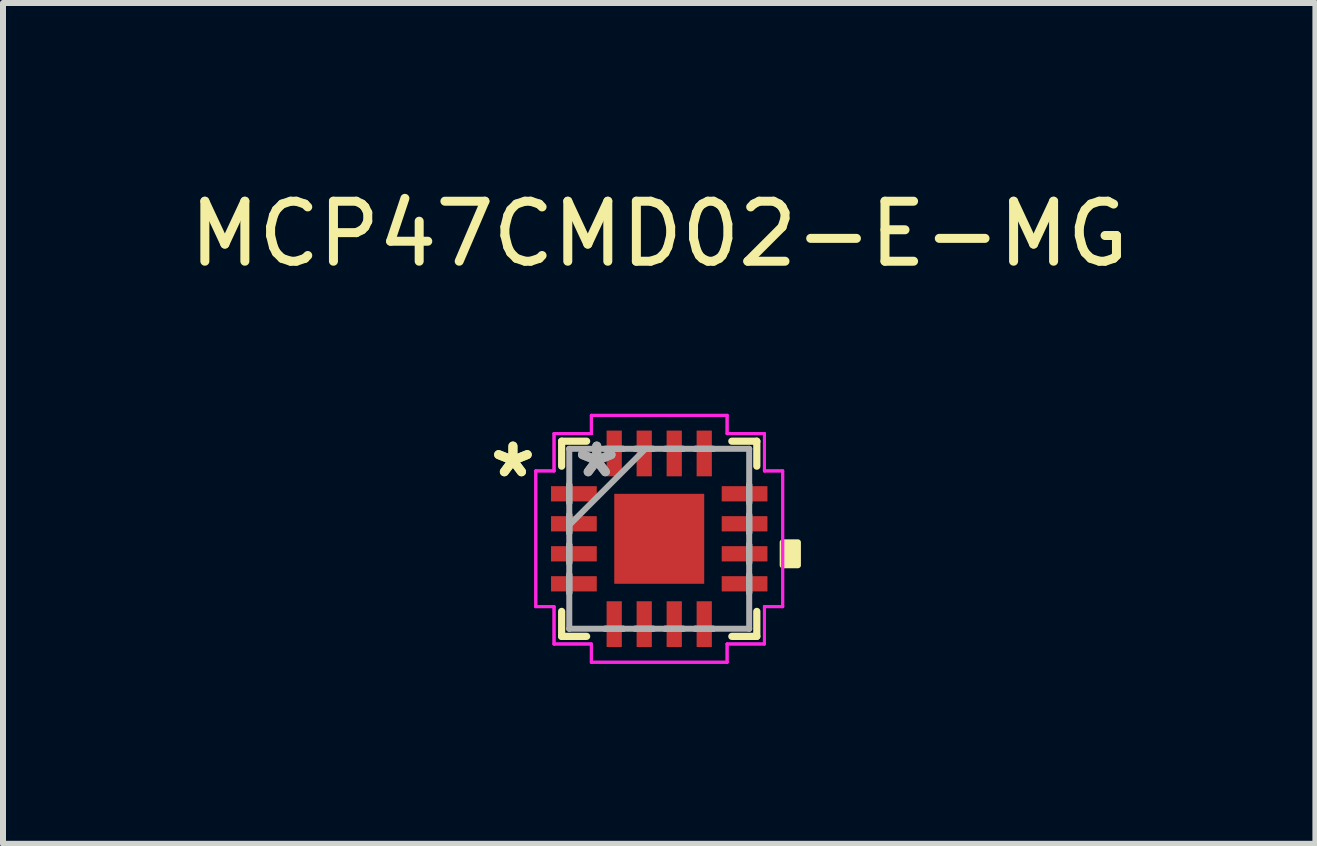
<source format=kicad_pcb>
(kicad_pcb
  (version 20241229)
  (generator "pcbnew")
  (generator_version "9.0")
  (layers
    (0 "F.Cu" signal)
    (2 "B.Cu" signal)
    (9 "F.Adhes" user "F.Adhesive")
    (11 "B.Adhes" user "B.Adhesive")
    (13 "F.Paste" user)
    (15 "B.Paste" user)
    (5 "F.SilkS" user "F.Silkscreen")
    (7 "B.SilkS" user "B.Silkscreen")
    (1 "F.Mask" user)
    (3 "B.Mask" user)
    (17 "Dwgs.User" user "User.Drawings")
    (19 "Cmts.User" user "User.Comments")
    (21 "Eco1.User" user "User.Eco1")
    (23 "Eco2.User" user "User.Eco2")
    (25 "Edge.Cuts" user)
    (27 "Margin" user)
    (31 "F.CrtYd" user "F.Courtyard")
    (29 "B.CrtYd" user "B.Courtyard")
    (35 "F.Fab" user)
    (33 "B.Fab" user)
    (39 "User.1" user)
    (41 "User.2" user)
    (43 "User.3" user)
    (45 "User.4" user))
  (footprint "MCP47CMD02-E-MG"
    (layer "F.Cu")
    (at 7.935 5.928)
    (property "Reference" "MCP47CMD02-E-MG" (at 0 -5.08 0) (layer "F.SilkS") (effects (font (size 1 1) (thickness 0.15))))
    (attr through_hole)
    (fp_line (start -1.626 -1.626) (end -1.626 -1.21) (stroke (width 0.12) (type solid)) (layer "F.SilkS"))
    (fp_line (start -1.626 1.21) (end -1.626 1.626) (stroke (width 0.12) (type solid)) (layer "F.SilkS"))
    (fp_line (start -1.626 1.626) (end -1.21 1.626) (stroke (width 0.12) (type solid)) (layer "F.SilkS"))
    (fp_line (start -1.21 -1.626) (end -1.626 -1.626) (stroke (width 0.12) (type solid)) (layer "F.SilkS"))
    (fp_line (start 1.21 1.626) (end 1.626 1.626) (stroke (width 0.12) (type solid)) (layer "F.SilkS"))
    (fp_line (start 1.626 -1.626) (end 1.21 -1.626) (stroke (width 0.12) (type solid)) (layer "F.SilkS"))
    (fp_line (start 1.626 -1.21) (end 1.626 -1.626) (stroke (width 0.12) (type solid)) (layer "F.SilkS"))
    (fp_line (start 1.626 1.626) (end 1.626 1.21) (stroke (width 0.12) (type solid)) (layer "F.SilkS"))
    (fp_poly (pts (xy 2.311 0.059) (xy 2.311 0.441) (xy 2.057 0.441) (xy 2.057 0.059)) (stroke (width 0.1) (type solid)) (fill yes) (layer "F.SilkS"))
    (fp_line (start -2.057 -1.131) (end -1.753 -1.131) (stroke (width 0.05) (type solid)) (layer "F.CrtYd"))
    (fp_line (start -2.057 -1.131) (end -1.753 -1.131) (stroke (width 0.05) (type solid)) (layer "F.CrtYd"))
    (fp_line (start -2.057 1.131) (end -2.057 -1.131) (stroke (width 0.05) (type solid)) (layer "F.CrtYd"))
    (fp_line (start -2.057 1.131) (end -2.057 -1.131) (stroke (width 0.05) (type solid)) (layer "F.CrtYd"))
    (fp_line (start -1.753 -1.753) (end -1.131 -1.753) (stroke (width 0.05) (type solid)) (layer "F.CrtYd"))
    (fp_line (start -1.753 -1.753) (end -1.131 -1.753) (stroke (width 0.05) (type solid)) (layer "F.CrtYd"))
    (fp_line (start -1.753 -1.131) (end -1.753 -1.753) (stroke (width 0.05) (type solid)) (layer "F.CrtYd"))
    (fp_line (start -1.753 -1.131) (end -1.753 -1.753) (stroke (width 0.05) (type solid)) (layer "F.CrtYd"))
    (fp_line (start -1.753 1.131) (end -2.057 1.131) (stroke (width 0.05) (type solid)) (layer "F.CrtYd"))
    (fp_line (start -1.753 1.131) (end -2.057 1.131) (stroke (width 0.05) (type solid)) (layer "F.CrtYd"))
    (fp_line (start -1.753 1.753) (end -1.753 1.131) (stroke (width 0.05) (type solid)) (layer "F.CrtYd"))
    (fp_line (start -1.753 1.753) (end -1.753 1.131) (stroke (width 0.05) (type solid)) (layer "F.CrtYd"))
    (fp_line (start -1.131 -2.057) (end 1.131 -2.057) (stroke (width 0.05) (type solid)) (layer "F.CrtYd"))
    (fp_line (start -1.131 -2.057) (end 1.131 -2.057) (stroke (width 0.05) (type solid)) (layer "F.CrtYd"))
    (fp_line (start -1.131 -1.753) (end -1.131 -2.057) (stroke (width 0.05) (type solid)) (layer "F.CrtYd"))
    (fp_line (start -1.131 -1.753) (end -1.131 -2.057) (stroke (width 0.05) (type solid)) (layer "F.CrtYd"))
    (fp_line (start -1.131 1.753) (end -1.753 1.753) (stroke (width 0.05) (type solid)) (layer "F.CrtYd"))
    (fp_line (start -1.131 1.753) (end -1.753 1.753) (stroke (width 0.05) (type solid)) (layer "F.CrtYd"))
    (fp_line (start -1.131 2.057) (end -1.131 1.753) (stroke (width 0.05) (type solid)) (layer "F.CrtYd"))
    (fp_line (start -1.131 2.057) (end -1.131 1.753) (stroke (width 0.05) (type solid)) (layer "F.CrtYd"))
    (fp_line (start 1.131 -2.057) (end 1.131 -1.753) (stroke (width 0.05) (type solid)) (layer "F.CrtYd"))
    (fp_line (start 1.131 -2.057) (end 1.131 -1.753) (stroke (width 0.05) (type solid)) (layer "F.CrtYd"))
    (fp_line (start 1.131 -1.753) (end 1.753 -1.753) (stroke (width 0.05) (type solid)) (layer "F.CrtYd"))
    (fp_line (start 1.131 -1.753) (end 1.753 -1.753) (stroke (width 0.05) (type solid)) (layer "F.CrtYd"))
    (fp_line (start 1.131 1.753) (end 1.131 2.057) (stroke (width 0.05) (type solid)) (layer "F.CrtYd"))
    (fp_line (start 1.131 1.753) (end 1.131 2.057) (stroke (width 0.05) (type solid)) (layer "F.CrtYd"))
    (fp_line (start 1.131 2.057) (end -1.131 2.057) (stroke (width 0.05) (type solid)) (layer "F.CrtYd"))
    (fp_line (start 1.131 2.057) (end -1.131 2.057) (stroke (width 0.05) (type solid)) (layer "F.CrtYd"))
    (fp_line (start 1.753 -1.753) (end 1.753 -1.131) (stroke (width 0.05) (type solid)) (layer "F.CrtYd"))
    (fp_line (start 1.753 -1.753) (end 1.753 -1.131) (stroke (width 0.05) (type solid)) (layer "F.CrtYd"))
    (fp_line (start 1.753 -1.131) (end 2.057 -1.131) (stroke (width 0.05) (type solid)) (layer "F.CrtYd"))
    (fp_line (start 1.753 -1.131) (end 2.057 -1.131) (stroke (width 0.05) (type solid)) (layer "F.CrtYd"))
    (fp_line (start 1.753 1.131) (end 1.753 1.753) (stroke (width 0.05) (type solid)) (layer "F.CrtYd"))
    (fp_line (start 1.753 1.131) (end 1.753 1.753) (stroke (width 0.05) (type solid)) (layer "F.CrtYd"))
    (fp_line (start 1.753 1.753) (end 1.131 1.753) (stroke (width 0.05) (type solid)) (layer "F.CrtYd"))
    (fp_line (start 1.753 1.753) (end 1.131 1.753) (stroke (width 0.05) (type solid)) (layer "F.CrtYd"))
    (fp_line (start 2.057 -1.131) (end 2.057 1.131) (stroke (width 0.05) (type solid)) (layer "F.CrtYd"))
    (fp_line (start 2.057 -1.131) (end 2.057 1.131) (stroke (width 0.05) (type solid)) (layer "F.CrtYd"))
    (fp_line (start 2.057 1.131) (end 1.753 1.131) (stroke (width 0.05) (type solid)) (layer "F.CrtYd"))
    (fp_line (start 2.057 1.131) (end 1.753 1.131) (stroke (width 0.05) (type solid)) (layer "F.CrtYd"))
    (fp_line (start -1.499 -1.499) (end -1.499 -1.499) (stroke (width 0.1) (type solid)) (layer "F.Fab"))
    (fp_line (start -1.499 -1.499) (end -1.499 1.499) (stroke (width 0.1) (type solid)) (layer "F.Fab"))
    (fp_line (start -1.499 -0.902) (end -1.499 -0.902) (stroke (width 0.1) (type solid)) (layer "F.Fab"))
    (fp_line (start -1.499 -0.902) (end -1.499 -0.598) (stroke (width 0.1) (type solid)) (layer "F.Fab"))
    (fp_line (start -1.499 -0.598) (end -1.499 -0.902) (stroke (width 0.1) (type solid)) (layer "F.Fab"))
    (fp_line (start -1.499 -0.598) (end -1.499 -0.598) (stroke (width 0.1) (type solid)) (layer "F.Fab"))
    (fp_line (start -1.499 -0.402) (end -1.499 -0.402) (stroke (width 0.1) (type solid)) (layer "F.Fab"))
    (fp_line (start -1.499 -0.402) (end -1.499 -0.098) (stroke (width 0.1) (type solid)) (layer "F.Fab"))
    (fp_line (start -1.499 -0.229) (end -0.229 -1.499) (stroke (width 0.1) (type solid)) (layer "F.Fab"))
    (fp_line (start -1.499 -0.098) (end -1.499 -0.402) (stroke (width 0.1) (type solid)) (layer "F.Fab"))
    (fp_line (start -1.499 -0.098) (end -1.499 -0.098) (stroke (width 0.1) (type solid)) (layer "F.Fab"))
    (fp_line (start -1.499 0.098) (end -1.499 0.098) (stroke (width 0.1) (type solid)) (layer "F.Fab"))
    (fp_line (start -1.499 0.098) (end -1.499 0.402) (stroke (width 0.1) (type solid)) (layer "F.Fab"))
    (fp_line (start -1.499 0.402) (end -1.499 0.098) (stroke (width 0.1) (type solid)) (layer "F.Fab"))
    (fp_line (start -1.499 0.402) (end -1.499 0.402) (stroke (width 0.1) (type solid)) (layer "F.Fab"))
    (fp_line (start -1.499 0.598) (end -1.499 0.598) (stroke (width 0.1) (type solid)) (layer "F.Fab"))
    (fp_line (start -1.499 0.598) (end -1.499 0.902) (stroke (width 0.1) (type solid)) (layer "F.Fab"))
    (fp_line (start -1.499 0.902) (end -1.499 0.598) (stroke (width 0.1) (type solid)) (layer "F.Fab"))
    (fp_line (start -1.499 0.902) (end -1.499 0.902) (stroke (width 0.1) (type solid)) (layer "F.Fab"))
    (fp_line (start -1.499 1.499) (end -1.499 1.499) (stroke (width 0.1) (type solid)) (layer "F.Fab"))
    (fp_line (start -1.499 1.499) (end 1.499 1.499) (stroke (width 0.1) (type solid)) (layer "F.Fab"))
    (fp_line (start -0.902 -1.499) (end -0.902 -1.499) (stroke (width 0.1) (type solid)) (layer "F.Fab"))
    (fp_line (start -0.902 -1.499) (end -0.598 -1.499) (stroke (width 0.1) (type solid)) (layer "F.Fab"))
    (fp_line (start -0.902 1.499) (end -0.902 1.499) (stroke (width 0.1) (type solid)) (layer "F.Fab"))
    (fp_line (start -0.902 1.499) (end -0.598 1.499) (stroke (width 0.1) (type solid)) (layer "F.Fab"))
    (fp_line (start -0.598 -1.499) (end -0.902 -1.499) (stroke (width 0.1) (type solid)) (layer "F.Fab"))
    (fp_line (start -0.598 -1.499) (end -0.598 -1.499) (stroke (width 0.1) (type solid)) (layer "F.Fab"))
    (fp_line (start -0.598 1.499) (end -0.902 1.499) (stroke (width 0.1) (type solid)) (layer "F.Fab"))
    (fp_line (start -0.598 1.499) (end -0.598 1.499) (stroke (width 0.1) (type solid)) (layer "F.Fab"))
    (fp_line (start -0.402 -1.499) (end -0.402 -1.499) (stroke (width 0.1) (type solid)) (layer "F.Fab"))
    (fp_line (start -0.402 -1.499) (end -0.098 -1.499) (stroke (width 0.1) (type solid)) (layer "F.Fab"))
    (fp_line (start -0.402 1.499) (end -0.402 1.499) (stroke (width 0.1) (type solid)) (layer "F.Fab"))
    (fp_line (start -0.402 1.499) (end -0.098 1.499) (stroke (width 0.1) (type solid)) (layer "F.Fab"))
    (fp_line (start -0.098 -1.499) (end -0.402 -1.499) (stroke (width 0.1) (type solid)) (layer "F.Fab"))
    (fp_line (start -0.098 -1.499) (end -0.098 -1.499) (stroke (width 0.1) (type solid)) (layer "F.Fab"))
    (fp_line (start -0.098 1.499) (end -0.402 1.499) (stroke (width 0.1) (type solid)) (layer "F.Fab"))
    (fp_line (start -0.098 1.499) (end -0.098 1.499) (stroke (width 0.1) (type solid)) (layer "F.Fab"))
    (fp_line (start 0.098 -1.499) (end 0.098 -1.499) (stroke (width 0.1) (type solid)) (layer "F.Fab"))
    (fp_line (start 0.098 -1.499) (end 0.402 -1.499) (stroke (width 0.1) (type solid)) (layer "F.Fab"))
    (fp_line (start 0.098 1.499) (end 0.098 1.499) (stroke (width 0.1) (type solid)) (layer "F.Fab"))
    (fp_line (start 0.098 1.499) (end 0.402 1.499) (stroke (width 0.1) (type solid)) (layer "F.Fab"))
    (fp_line (start 0.402 -1.499) (end 0.098 -1.499) (stroke (width 0.1) (type solid)) (layer "F.Fab"))
    (fp_line (start 0.402 -1.499) (end 0.402 -1.499) (stroke (width 0.1) (type solid)) (layer "F.Fab"))
    (fp_line (start 0.402 1.499) (end 0.098 1.499) (stroke (width 0.1) (type solid)) (layer "F.Fab"))
    (fp_line (start 0.402 1.499) (end 0.402 1.499) (stroke (width 0.1) (type solid)) (layer "F.Fab"))
    (fp_line (start 0.598 -1.499) (end 0.598 -1.499) (stroke (width 0.1) (type solid)) (layer "F.Fab"))
    (fp_line (start 0.598 -1.499) (end 0.902 -1.499) (stroke (width 0.1) (type solid)) (layer "F.Fab"))
    (fp_line (start 0.598 1.499) (end 0.598 1.499) (stroke (width 0.1) (type solid)) (layer "F.Fab"))
    (fp_line (start 0.598 1.499) (end 0.902 1.499) (stroke (width 0.1) (type solid)) (layer "F.Fab"))
    (fp_line (start 0.902 -1.499) (end 0.598 -1.499) (stroke (width 0.1) (type solid)) (layer "F.Fab"))
    (fp_line (start 0.902 -1.499) (end 0.902 -1.499) (stroke (width 0.1) (type solid)) (layer "F.Fab"))
    (fp_line (start 0.902 1.499) (end 0.598 1.499) (stroke (width 0.1) (type solid)) (layer "F.Fab"))
    (fp_line (start 0.902 1.499) (end 0.902 1.499) (stroke (width 0.1) (type solid)) (layer "F.Fab"))
    (fp_line (start 1.499 -1.499) (end -1.499 -1.499) (stroke (width 0.1) (type solid)) (layer "F.Fab"))
    (fp_line (start 1.499 -1.499) (end 1.499 -1.499) (stroke (width 0.1) (type solid)) (layer "F.Fab"))
    (fp_line (start 1.499 -0.902) (end 1.499 -0.902) (stroke (width 0.1) (type solid)) (layer "F.Fab"))
    (fp_line (start 1.499 -0.902) (end 1.499 -0.598) (stroke (width 0.1) (type solid)) (layer "F.Fab"))
    (fp_line (start 1.499 -0.598) (end 1.499 -0.902) (stroke (width 0.1) (type solid)) (layer "F.Fab"))
    (fp_line (start 1.499 -0.598) (end 1.499 -0.598) (stroke (width 0.1) (type solid)) (layer "F.Fab"))
    (fp_line (start 1.499 -0.402) (end 1.499 -0.402) (stroke (width 0.1) (type solid)) (layer "F.Fab"))
    (fp_line (start 1.499 -0.402) (end 1.499 -0.098) (stroke (width 0.1) (type solid)) (layer "F.Fab"))
    (fp_line (start 1.499 -0.098) (end 1.499 -0.402) (stroke (width 0.1) (type solid)) (layer "F.Fab"))
    (fp_line (start 1.499 -0.098) (end 1.499 -0.098) (stroke (width 0.1) (type solid)) (layer "F.Fab"))
    (fp_line (start 1.499 0.098) (end 1.499 0.098) (stroke (width 0.1) (type solid)) (layer "F.Fab"))
    (fp_line (start 1.499 0.098) (end 1.499 0.402) (stroke (width 0.1) (type solid)) (layer "F.Fab"))
    (fp_line (start 1.499 0.402) (end 1.499 0.098) (stroke (width 0.1) (type solid)) (layer "F.Fab"))
    (fp_line (start 1.499 0.402) (end 1.499 0.402) (stroke (width 0.1) (type solid)) (layer "F.Fab"))
    (fp_line (start 1.499 0.598) (end 1.499 0.598) (stroke (width 0.1) (type solid)) (layer "F.Fab"))
    (fp_line (start 1.499 0.598) (end 1.499 0.902) (stroke (width 0.1) (type solid)) (layer "F.Fab"))
    (fp_line (start 1.499 0.902) (end 1.499 0.598) (stroke (width 0.1) (type solid)) (layer "F.Fab"))
    (fp_line (start 1.499 0.902) (end 1.499 0.902) (stroke (width 0.1) (type solid)) (layer "F.Fab"))
    (fp_line (start 1.499 1.499) (end 1.499 -1.499) (stroke (width 0.1) (type solid)) (layer "F.Fab"))
    (fp_line (start 1.499 1.499) (end 1.499 1.499) (stroke (width 0.1) (type solid)) (layer "F.Fab"))
    (fp_text user "*" (at -2.438 -1 0) (layer "F.SilkS") (effects (font (size 1 1) (thickness 0.15))))
    (fp_text user "*" (at -2.438 -1 0) (layer "F.SilkS") (effects (font (size 1 1) (thickness 0.15))))
    (fp_text user "*" (at -1.041 -1 0) (layer "F.Fab") (effects (font (size 1 1) (thickness 0.15))))
    (fp_text user "*" (at -1.041 -1 0) (layer "F.Fab") (effects (font (size 1 1) (thickness 0.15))))
    (pad "1" smd rect (at -1.422 -0.75 90) (size 0.254 0.762) (layers "F.Cu" "F.Mask" "F.Paste"))
    (pad "2" smd rect (at -1.422 -0.25 90) (size 0.254 0.762) (layers "F.Cu" "F.Mask" "F.Paste"))
    (pad "3" smd rect (at -1.422 0.25 90) (size 0.254 0.762) (layers "F.Cu" "F.Mask" "F.Paste"))
    (pad "4" smd rect (at -1.422 0.75 90) (size 0.254 0.762) (layers "F.Cu" "F.Mask" "F.Paste"))
    (pad "5" smd rect (at -0.75 1.422) (size 0.254 0.762) (layers "F.Cu" "F.Mask" "F.Paste"))
    (pad "6" smd rect (at -0.25 1.422) (size 0.254 0.762) (layers "F.Cu" "F.Mask" "F.Paste"))
    (pad "7" smd rect (at 0.25 1.422) (size 0.254 0.762) (layers "F.Cu" "F.Mask" "F.Paste"))
    (pad "8" smd rect (at 0.75 1.422) (size 0.254 0.762) (layers "F.Cu" "F.Mask" "F.Paste"))
    (pad "9" smd rect (at 1.422 0.75 90) (size 0.254 0.762) (layers "F.Cu" "F.Mask" "F.Paste"))
    (pad "10" smd rect (at 1.422 0.25 90) (size 0.254 0.762) (layers "F.Cu" "F.Mask" "F.Paste"))
    (pad "11" smd rect (at 1.422 -0.25 90) (size 0.254 0.762) (layers "F.Cu" "F.Mask" "F.Paste"))
    (pad "12" smd rect (at 1.422 -0.75 90) (size 0.254 0.762) (layers "F.Cu" "F.Mask" "F.Paste"))
    (pad "13" smd rect (at 0.75 -1.422) (size 0.254 0.762) (layers "F.Cu" "F.Mask" "F.Paste"))
    (pad "14" smd rect (at 0.25 -1.422) (size 0.254 0.762) (layers "F.Cu" "F.Mask" "F.Paste"))
    (pad "15" smd rect (at -0.25 -1.422) (size 0.254 0.762) (layers "F.Cu" "F.Mask" "F.Paste"))
    (pad "16" smd rect (at -0.75 -1.422) (size 0.254 0.762) (layers "F.Cu" "F.Mask" "F.Paste"))
    (pad "17" smd rect (at 0 0) (size 1.499 1.499) (layers "F.Cu" "F.Mask" "F.Paste")))
  (gr_rect
    (start -3 -3)
    (end 18.869 11.011)
    (stroke (width 0.1) (type default))
    (fill no)
    (layer "Edge.Cuts")))
</source>
